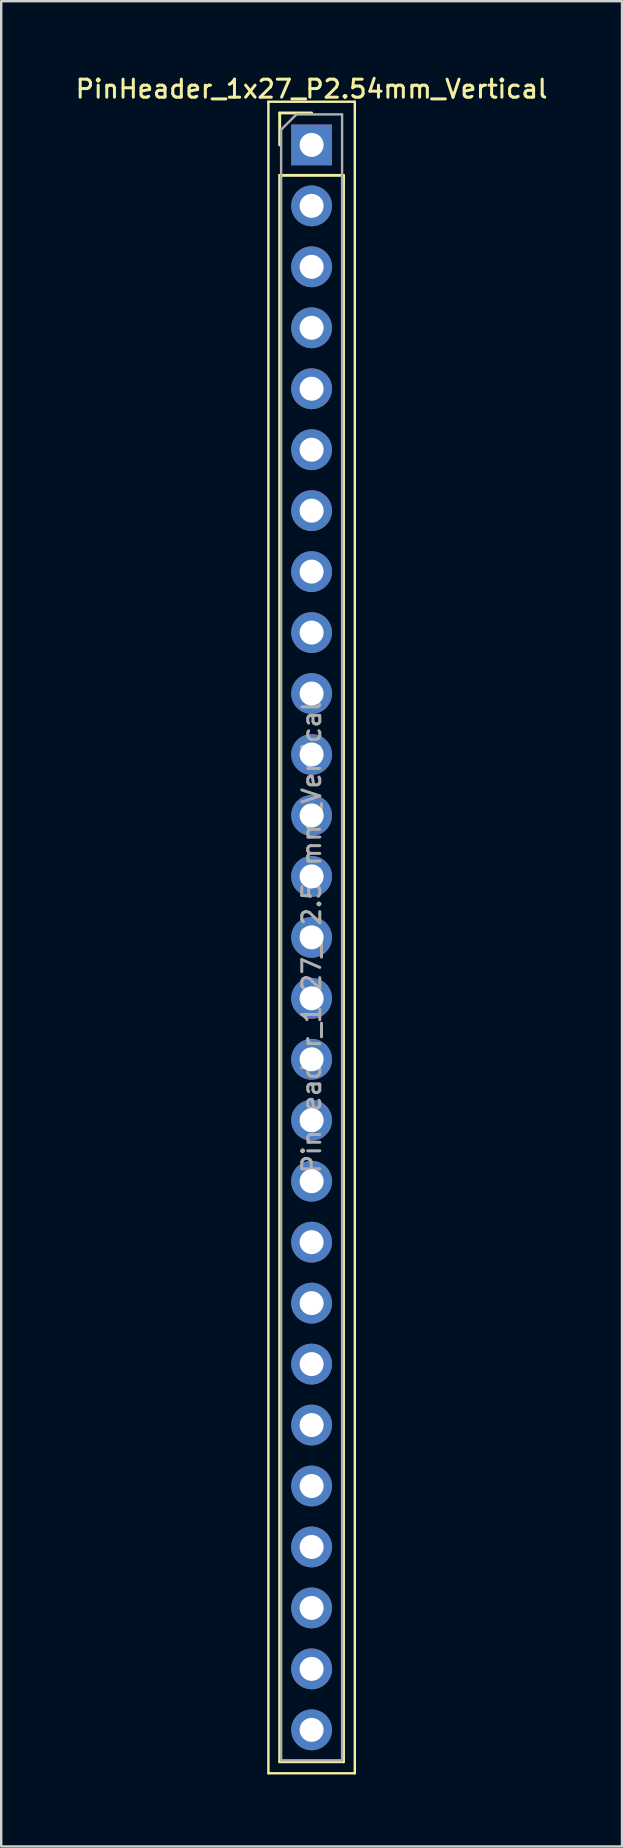
<source format=kicad_pcb>
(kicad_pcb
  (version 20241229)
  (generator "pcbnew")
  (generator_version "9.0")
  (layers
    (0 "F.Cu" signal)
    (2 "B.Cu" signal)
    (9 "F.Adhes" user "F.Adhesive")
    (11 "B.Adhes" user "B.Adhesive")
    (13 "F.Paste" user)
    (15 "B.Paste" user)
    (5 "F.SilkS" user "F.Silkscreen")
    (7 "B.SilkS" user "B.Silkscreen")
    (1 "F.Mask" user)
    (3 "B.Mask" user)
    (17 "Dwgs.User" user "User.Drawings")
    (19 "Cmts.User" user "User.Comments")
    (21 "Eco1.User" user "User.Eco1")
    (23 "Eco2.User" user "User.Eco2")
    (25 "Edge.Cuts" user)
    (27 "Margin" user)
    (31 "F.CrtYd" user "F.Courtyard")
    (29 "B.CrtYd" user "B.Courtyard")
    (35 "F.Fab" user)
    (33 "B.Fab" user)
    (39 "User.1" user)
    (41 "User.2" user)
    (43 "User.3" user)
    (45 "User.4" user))
  (footprint "PinHeader_1x27_P2.54mm_Vertical"
    (layer "F.Cu")
    (at 9.934 2.988)
    (property "Reference" "PinHeader_1x27_P2.54mm_Vertical" (at 0 -2.33 0) (layer "F.SilkS") (effects (font (size 0.75 0.75) (thickness 0.125))))
    (attr through_hole)
    (fp_line (start -1.8 -1.8) (end -1.8 67.85) (stroke (width 0.1) (type solid)) (layer "F.SilkS"))
    (fp_line (start -1.8 67.85) (end 1.8 67.85) (stroke (width 0.1) (type solid)) (layer "F.SilkS"))
    (fp_line (start -1.33 -1.33) (end 0 -1.33) (stroke (width 0.12) (type solid)) (layer "F.SilkS"))
    (fp_line (start -1.33 0) (end -1.33 -1.33) (stroke (width 0.12) (type solid)) (layer "F.SilkS"))
    (fp_line (start -1.33 1.27) (end -1.33 67.37) (stroke (width 0.12) (type solid)) (layer "F.SilkS"))
    (fp_line (start -1.33 1.27) (end 1.33 1.27) (stroke (width 0.12) (type solid)) (layer "F.SilkS"))
    (fp_line (start -1.33 67.37) (end 1.33 67.37) (stroke (width 0.12) (type solid)) (layer "F.SilkS"))
    (fp_line (start 1.33 1.27) (end 1.33 67.37) (stroke (width 0.12) (type solid)) (layer "F.SilkS"))
    (fp_line (start 1.8 -1.8) (end -1.8 -1.8) (stroke (width 0.1) (type solid)) (layer "F.SilkS"))
    (fp_line (start 1.8 67.85) (end 1.8 -1.8) (stroke (width 0.1) (type solid)) (layer "F.SilkS"))
    (fp_line (start -1.27 -0.635) (end -0.635 -1.27) (stroke (width 0.1) (type solid)) (layer "F.Fab"))
    (fp_line (start -1.27 67.31) (end -1.27 -0.635) (stroke (width 0.1) (type solid)) (layer "F.Fab"))
    (fp_line (start -0.635 -1.27) (end 1.27 -1.27) (stroke (width 0.1) (type solid)) (layer "F.Fab"))
    (fp_line (start 1.27 -1.27) (end 1.27 67.31) (stroke (width 0.1) (type solid)) (layer "F.Fab"))
    (fp_line (start 1.27 67.31) (end -1.27 67.31) (stroke (width 0.1) (type solid)) (layer "F.Fab"))
    (fp_text user "${REFERENCE}" (at 0 33.02 90) (layer "F.Fab") (effects (font (size 0.75 0.75) (thickness 0.125))))
    (pad "1" thru_hole rect (at 0 0) (size 1.7 1.7) (drill 1) (layers "*.Cu" "*.Mask"))
    (pad "2" thru_hole oval (at 0 2.54) (size 1.7 1.7) (drill 1) (layers "*.Cu" "*.Mask"))
    (pad "3" thru_hole oval (at 0 5.08) (size 1.7 1.7) (drill 1) (layers "*.Cu" "*.Mask"))
    (pad "4" thru_hole oval (at 0 7.62) (size 1.7 1.7) (drill 1) (layers "*.Cu" "*.Mask"))
    (pad "5" thru_hole oval (at 0 10.16) (size 1.7 1.7) (drill 1) (layers "*.Cu" "*.Mask"))
    (pad "6" thru_hole oval (at 0 12.7) (size 1.7 1.7) (drill 1) (layers "*.Cu" "*.Mask"))
    (pad "7" thru_hole oval (at 0 15.24) (size 1.7 1.7) (drill 1) (layers "*.Cu" "*.Mask"))
    (pad "8" thru_hole oval (at 0 17.78) (size 1.7 1.7) (drill 1) (layers "*.Cu" "*.Mask"))
    (pad "9" thru_hole oval (at 0 20.32) (size 1.7 1.7) (drill 1) (layers "*.Cu" "*.Mask"))
    (pad "10" thru_hole oval (at 0 22.86) (size 1.7 1.7) (drill 1) (layers "*.Cu" "*.Mask"))
    (pad "11" thru_hole oval (at 0 25.4) (size 1.7 1.7) (drill 1) (layers "*.Cu" "*.Mask"))
    (pad "12" thru_hole oval (at 0 27.94) (size 1.7 1.7) (drill 1) (layers "*.Cu" "*.Mask"))
    (pad "13" thru_hole oval (at 0 30.48) (size 1.7 1.7) (drill 1) (layers "*.Cu" "*.Mask"))
    (pad "14" thru_hole oval (at 0 33.02) (size 1.7 1.7) (drill 1) (layers "*.Cu" "*.Mask"))
    (pad "15" thru_hole oval (at 0 35.56) (size 1.7 1.7) (drill 1) (layers "*.Cu" "*.Mask"))
    (pad "16" thru_hole oval (at 0 38.1) (size 1.7 1.7) (drill 1) (layers "*.Cu" "*.Mask"))
    (pad "17" thru_hole oval (at 0 40.64) (size 1.7 1.7) (drill 1) (layers "*.Cu" "*.Mask"))
    (pad "18" thru_hole oval (at 0 43.18) (size 1.7 1.7) (drill 1) (layers "*.Cu" "*.Mask"))
    (pad "19" thru_hole oval (at 0 45.72) (size 1.7 1.7) (drill 1) (layers "*.Cu" "*.Mask"))
    (pad "20" thru_hole oval (at 0 48.26) (size 1.7 1.7) (drill 1) (layers "*.Cu" "*.Mask"))
    (pad "21" thru_hole oval (at 0 50.8) (size 1.7 1.7) (drill 1) (layers "*.Cu" "*.Mask"))
    (pad "22" thru_hole oval (at 0 53.34) (size 1.7 1.7) (drill 1) (layers "*.Cu" "*.Mask"))
    (pad "23" thru_hole oval (at 0 55.88) (size 1.7 1.7) (drill 1) (layers "*.Cu" "*.Mask"))
    (pad "24" thru_hole oval (at 0 58.42) (size 1.7 1.7) (drill 1) (layers "*.Cu" "*.Mask"))
    (pad "25" thru_hole oval (at 0 60.96) (size 1.7 1.7) (drill 1) (layers "*.Cu" "*.Mask"))
    (pad "26" thru_hole oval (at 0 63.5) (size 1.7 1.7) (drill 1) (layers "*.Cu" "*.Mask"))
    (pad "27" thru_hole oval (at 0 66.04) (size 1.7 1.7) (drill 1) (layers "*.Cu" "*.Mask")))
  (gr_rect
    (start -3 -3)
    (end 22.868 73.888)
    (stroke (width 0.1) (type default))
    (fill no)
    (layer "Edge.Cuts")))
</source>
